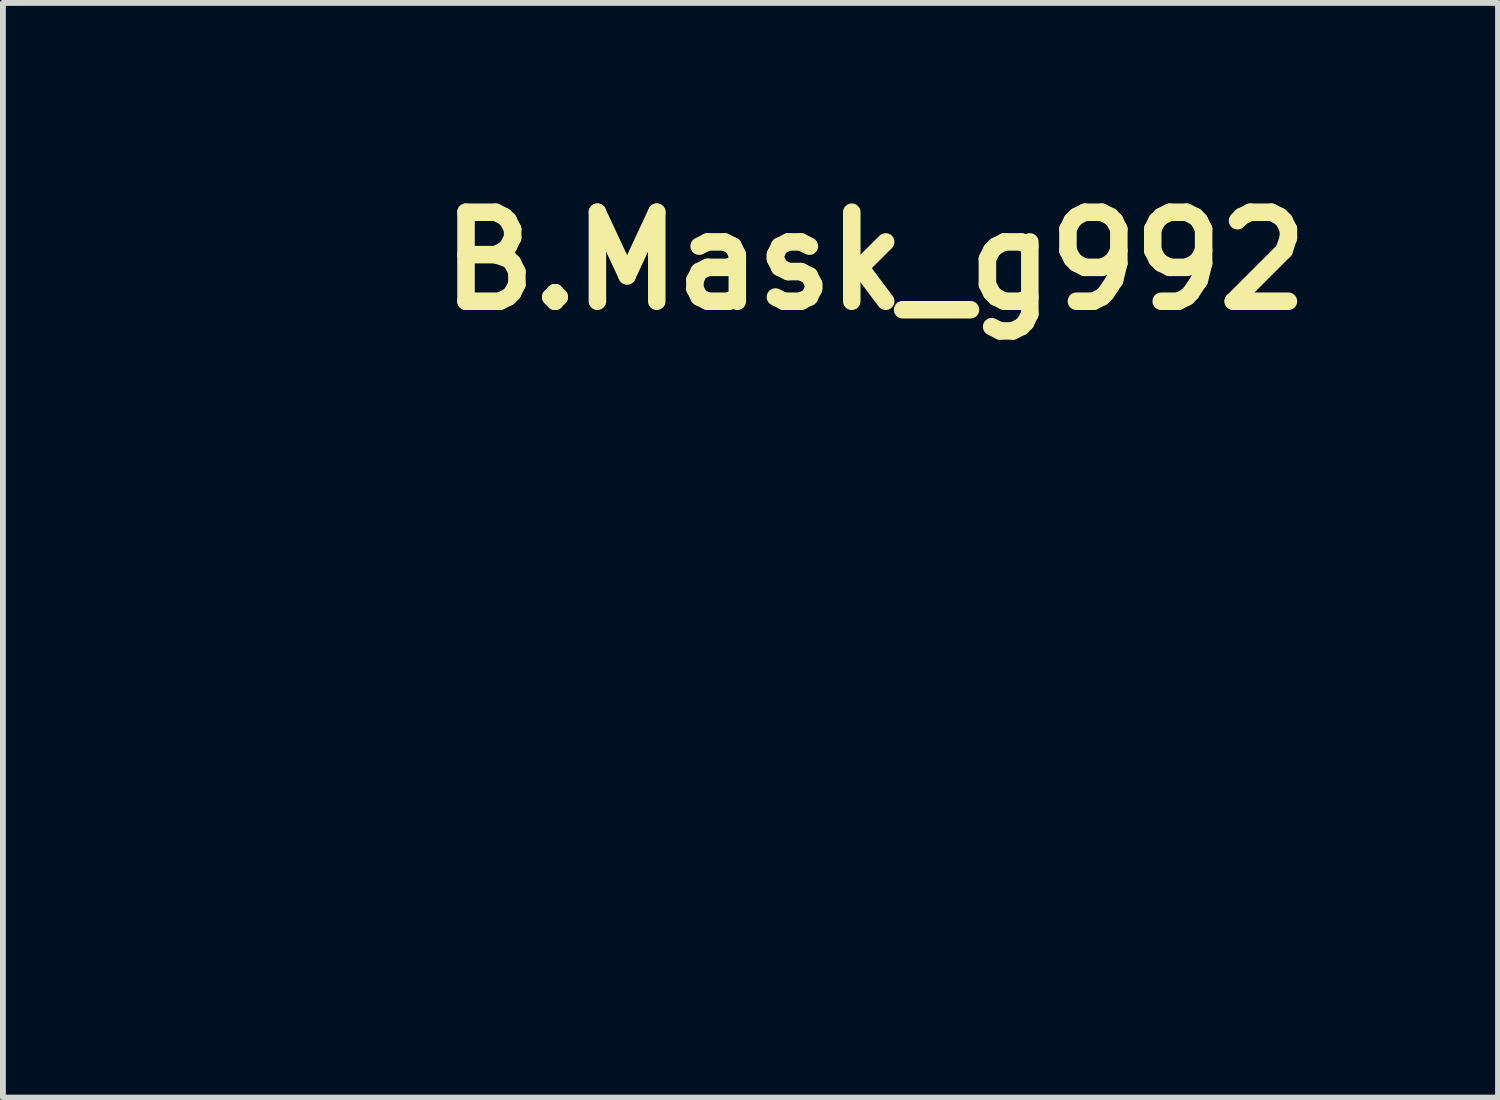
<source format=kicad_pcb>
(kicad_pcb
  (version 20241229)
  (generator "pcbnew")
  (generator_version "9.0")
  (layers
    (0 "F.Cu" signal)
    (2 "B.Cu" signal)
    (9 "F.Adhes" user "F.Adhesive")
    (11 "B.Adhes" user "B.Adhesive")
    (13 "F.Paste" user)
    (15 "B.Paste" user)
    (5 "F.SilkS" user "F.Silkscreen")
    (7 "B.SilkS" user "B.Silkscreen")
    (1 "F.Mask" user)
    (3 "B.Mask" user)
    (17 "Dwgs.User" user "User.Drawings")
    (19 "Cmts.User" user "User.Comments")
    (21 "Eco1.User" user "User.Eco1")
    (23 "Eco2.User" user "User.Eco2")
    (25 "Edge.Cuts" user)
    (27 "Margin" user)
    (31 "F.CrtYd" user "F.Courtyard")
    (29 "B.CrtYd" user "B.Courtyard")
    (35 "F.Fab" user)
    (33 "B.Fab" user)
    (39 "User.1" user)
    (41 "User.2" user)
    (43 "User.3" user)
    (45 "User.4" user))
  (footprint "B.Mask_g992"
    (layer "F.Cu")
    (at 11.931 1.418)
    (property "Reference" "B.Mask_g992" (at 0 0 0) (layer "F.SilkS") (effects (font (size 1.524 1.524) (thickness 0.3))))
    (attr through_hole)
    (fp_poly (pts (xy -9.523 8.409) (xy -9.508 8.451) (xy -9.509 8.493) (xy -9.532 8.508) (xy -9.554 8.509) (xy -9.6 8.501) (xy -9.62 8.488) (xy -9.625 8.452) (xy -9.62 8.423) (xy -9.594 8.388) (xy -9.557 8.385) (xy -9.523 8.409)) (stroke (width 0.01) (type solid)) (fill yes) (layer "B.Mask"))
    (fp_poly (pts (xy -9.504 8.751) (xy -9.504 8.839) (xy -9.507 8.892) (xy -9.515 8.92) (xy -9.531 8.931) (xy -9.556 8.932) (xy -9.557 8.932) (xy -9.602 8.922) (xy -9.622 8.904) (xy -9.627 8.869) (xy -9.628 8.806) (xy -9.627 8.729) (xy -9.622 8.652) (xy -9.615 8.608) (xy -9.601 8.587) (xy -9.577 8.578) (xy -9.562 8.576) (xy -9.504 8.57) (xy -9.504 8.751)) (stroke (width 0.01) (type solid)) (fill yes) (layer "B.Mask"))
    (fp_poly (pts (xy -9.261 8.432) (xy -9.236 8.46) (xy -9.229 8.498) (xy -9.218 8.544) (xy -9.197 8.565) (xy -9.172 8.593) (xy -9.165 8.625) (xy -9.178 8.668) (xy -9.197 8.686) (xy -9.221 8.718) (xy -9.229 8.782) (xy -9.237 8.848) (xy -9.259 8.896) (xy -9.262 8.899) (xy -9.306 8.923) (xy -9.36 8.931) (xy -9.409 8.923) (xy -9.432 8.902) (xy -9.433 8.856) (xy -9.403 8.829) (xy -9.386 8.826) (xy -9.363 8.808) (xy -9.356 8.754) (xy -9.361 8.702) (xy -9.383 8.68) (xy -9.403 8.675) (xy -9.443 8.653) (xy -9.451 8.625) (xy -9.434 8.588) (xy -9.403 8.576) (xy -9.364 8.557) (xy -9.356 8.521) (xy -9.341 8.468) (xy -9.306 8.435) (xy -9.262 8.431) (xy -9.261 8.432)) (stroke (width 0.01) (type solid)) (fill yes) (layer "B.Mask"))
    (fp_poly (pts (xy -10.402 8.559) (xy -10.376 8.59) (xy -10.344 8.649) (xy -10.294 8.747) (xy -10.237 8.649) (xy -10.199 8.588) (xy -10.171 8.559) (xy -10.145 8.557) (xy -10.11 8.578) (xy -10.108 8.58) (xy -10.089 8.597) (xy -10.084 8.617) (xy -10.097 8.651) (xy -10.128 8.706) (xy -10.148 8.74) (xy -10.192 8.818) (xy -10.214 8.873) (xy -10.216 8.917) (xy -10.214 8.928) (xy -10.197 9.014) (xy -10.199 9.067) (xy -10.22 9.093) (xy -10.236 9.097) (xy -10.256 9.095) (xy -10.277 9.077) (xy -10.303 9.039) (xy -10.335 8.974) (xy -10.38 8.877) (xy -10.39 8.854) (xy -10.435 8.752) (xy -10.464 8.68) (xy -10.479 8.634) (xy -10.482 8.605) (xy -10.475 8.588) (xy -10.464 8.578) (xy -10.429 8.557) (xy -10.402 8.559)) (stroke (width 0.01) (type solid)) (fill yes) (layer "B.Mask"))
    (fp_poly (pts (xy -8.849 8.414) (xy -8.779 8.416) (xy -8.737 8.421) (xy -8.715 8.431) (xy -8.706 8.446) (xy -8.703 8.461) (xy -8.703 8.491) (xy -8.721 8.505) (xy -8.767 8.509) (xy -8.793 8.509) (xy -8.89 8.509) (xy -8.89 8.721) (xy -8.89 8.817) (xy -8.893 8.878) (xy -8.899 8.913) (xy -8.911 8.928) (xy -8.93 8.932) (xy -8.939 8.932) (xy -8.984 8.927) (xy -9.003 8.918) (xy -9.009 8.892) (xy -9.014 8.834) (xy -9.017 8.754) (xy -9.017 8.707) (xy -9.017 8.509) (xy -9.114 8.509) (xy -9.173 8.507) (xy -9.2 8.497) (xy -9.205 8.474) (xy -9.204 8.461) (xy -9.199 8.441) (xy -9.187 8.427) (xy -9.159 8.419) (xy -9.11 8.415) (xy -9.03 8.414) (xy -8.954 8.414) (xy -8.849 8.414)) (stroke (width 0.01) (type solid)) (fill yes) (layer "B.Mask"))
    (fp_poly (pts (xy -9.851 8.574) (xy -9.804 8.579) (xy -9.778 8.572) (xy -9.737 8.566) (xy -9.71 8.575) (xy -9.691 8.592) (xy -9.68 8.62) (xy -9.676 8.671) (xy -9.677 8.754) (xy -9.678 8.759) (xy -9.681 8.841) (xy -9.687 8.89) (xy -9.699 8.915) (xy -9.719 8.925) (xy -9.742 8.928) (xy -9.778 8.93) (xy -9.795 8.916) (xy -9.8 8.875) (xy -9.8 8.84) (xy -9.81 8.758) (xy -9.834 8.706) (xy -9.865 8.686) (xy -9.897 8.7) (xy -9.921 8.748) (xy -9.931 8.812) (xy -9.937 8.877) (xy -9.948 8.91) (xy -9.972 8.924) (xy -9.996 8.928) (xy -10.027 8.93) (xy -10.045 8.921) (xy -10.052 8.891) (xy -10.054 8.832) (xy -10.054 8.8) (xy -10.052 8.721) (xy -10.042 8.67) (xy -10.021 8.636) (xy -10.007 8.621) (xy -9.944 8.576) (xy -9.889 8.565) (xy -9.851 8.574)) (stroke (width 0.01) (type solid)) (fill yes) (layer "B.Mask"))
    (fp_poly (pts (xy -11.074 8.409) (xy -11.019 8.422) (xy -11.001 8.433) (xy -10.984 8.467) (xy -10.968 8.526) (xy -10.955 8.595) (xy -10.949 8.66) (xy -10.95 8.706) (xy -10.955 8.718) (xy -10.983 8.726) (xy -11.036 8.731) (xy -11.056 8.731) (xy -11.113 8.735) (xy -11.139 8.748) (xy -11.144 8.774) (xy -11.139 8.8) (xy -11.116 8.811) (xy -11.066 8.809) (xy -11.02 8.801) (xy -10.976 8.81) (xy -10.951 8.843) (xy -10.954 8.884) (xy -10.966 8.901) (xy -11.019 8.93) (xy -11.091 8.944) (xy -11.163 8.941) (xy -11.19 8.933) (xy -11.247 8.889) (xy -11.277 8.822) (xy -11.28 8.747) (xy -11.253 8.675) (xy -11.23 8.646) (xy -11.182 8.61) (xy -11.137 8.594) (xy -11.135 8.594) (xy -11.1 8.581) (xy -11.091 8.563) (xy -11.11 8.54) (xy -11.167 8.527) (xy -11.181 8.526) (xy -11.243 8.516) (xy -11.272 8.496) (xy -11.278 8.48) (xy -11.272 8.438) (xy -11.257 8.422) (xy -11.211 8.408) (xy -11.144 8.404) (xy -11.074 8.409)) (stroke (width 0.01) (type solid)) (fill yes) (layer "B.Mask"))
    (fp_poly (pts (xy -8.516 8.434) (xy -8.477 8.486) (xy -8.429 8.573) (xy -8.373 8.688) (xy -8.33 8.781) (xy -8.304 8.844) (xy -8.292 8.883) (xy -8.294 8.907) (xy -8.306 8.922) (xy -8.311 8.927) (xy -8.351 8.95) (xy -8.38 8.942) (xy -8.408 8.9) (xy -8.414 8.89) (xy -8.439 8.851) (xy -8.471 8.832) (xy -8.524 8.827) (xy -8.547 8.827) (xy -8.61 8.83) (xy -8.648 8.845) (xy -8.676 8.878) (xy -8.683 8.89) (xy -8.718 8.94) (xy -8.748 8.95) (xy -8.782 8.925) (xy -8.784 8.922) (xy -8.794 8.896) (xy -8.789 8.854) (xy -8.769 8.792) (xy -8.733 8.709) (xy -8.584 8.709) (xy -8.568 8.72) (xy -8.552 8.721) (xy -8.517 8.714) (xy -8.509 8.705) (xy -8.52 8.675) (xy -8.528 8.66) (xy -8.546 8.645) (xy -8.566 8.666) (xy -8.571 8.675) (xy -8.584 8.709) (xy -8.733 8.709) (xy -8.731 8.703) (xy -8.674 8.585) (xy -8.656 8.549) (xy -8.616 8.475) (xy -8.582 8.43) (xy -8.549 8.416) (xy -8.516 8.434)) (stroke (width 0.01) (type solid)) (fill yes) (layer "B.Mask"))
    (fp_poly (pts (xy -10.669 8.41) (xy -10.597 8.451) (xy -10.591 8.457) (xy -10.557 8.498) (xy -10.545 8.54) (xy -10.55 8.602) (xy -10.55 8.604) (xy -10.555 8.669) (xy -10.546 8.706) (xy -10.542 8.709) (xy -10.522 8.744) (xy -10.525 8.798) (xy -10.55 8.856) (xy -10.567 8.879) (xy -10.636 8.928) (xy -10.72 8.946) (xy -10.803 8.93) (xy -10.821 8.921) (xy -10.876 8.868) (xy -10.898 8.794) (xy -10.895 8.775) (xy -10.772 8.775) (xy -10.755 8.808) (xy -10.716 8.823) (xy -10.705 8.823) (xy -10.665 8.802) (xy -10.657 8.774) (xy -10.674 8.738) (xy -10.712 8.722) (xy -10.753 8.734) (xy -10.758 8.738) (xy -10.772 8.775) (xy -10.895 8.775) (xy -10.889 8.726) (xy -10.879 8.666) (xy -10.877 8.593) (xy -10.878 8.581) (xy -10.877 8.562) (xy -10.753 8.562) (xy -10.735 8.588) (xy -10.71 8.594) (xy -10.676 8.58) (xy -10.668 8.562) (xy -10.686 8.536) (xy -10.71 8.53) (xy -10.745 8.543) (xy -10.753 8.562) (xy -10.877 8.562) (xy -10.876 8.518) (xy -10.857 8.477) (xy -10.826 8.448) (xy -10.747 8.409) (xy -10.669 8.41)) (stroke (width 0.01) (type solid)) (fill yes) (layer "B.Mask"))
    (fp_poly (pts (xy -8.416 7.509) (xy -8.226 7.558) (xy -8.061 7.64) (xy -7.924 7.752) (xy -7.815 7.896) (xy -7.772 7.976) (xy -7.736 8.087) (xy -7.713 8.225) (xy -7.704 8.376) (xy -7.711 8.527) (xy -7.733 8.664) (xy -7.736 8.677) (xy -7.817 8.909) (xy -7.937 9.138) (xy -8.093 9.36) (xy -8.282 9.572) (xy -8.5 9.769) (xy -8.744 9.949) (xy -9.01 10.108) (xy -9.054 10.13) (xy -9.148 10.178) (xy -9.211 10.207) (xy -9.249 10.22) (xy -9.266 10.219) (xy -9.27 10.208) (xy -9.254 10.19) (xy -9.21 10.153) (xy -9.145 10.104) (xy -9.076 10.054) (xy -8.889 9.911) (xy -8.708 9.752) (xy -8.54 9.585) (xy -8.393 9.417) (xy -8.272 9.255) (xy -8.216 9.164) (xy -8.125 8.969) (xy -8.071 8.775) (xy -8.055 8.586) (xy -8.077 8.406) (xy -8.107 8.308) (xy -8.161 8.206) (xy -8.243 8.099) (xy -8.342 7.996) (xy -8.447 7.91) (xy -8.539 7.855) (xy -8.716 7.795) (xy -8.897 7.776) (xy -9.079 7.798) (xy -9.26 7.861) (xy -9.438 7.963) (xy -9.61 8.104) (xy -9.639 8.132) (xy -9.707 8.197) (xy -9.763 8.249) (xy -9.803 8.28) (xy -9.817 8.287) (xy -9.814 8.263) (xy -9.787 8.214) (xy -9.742 8.148) (xy -9.684 8.072) (xy -9.619 7.993) (xy -9.552 7.917) (xy -9.487 7.851) (xy -9.477 7.842) (xy -9.292 7.696) (xy -9.093 7.589) (xy -8.882 7.521) (xy -8.664 7.494) (xy -8.632 7.493) (xy -8.416 7.509)) (stroke (width 0.01) (type solid)) (fill yes) (layer "B.Mask"))
    (fp_poly (pts (xy -10.911 7.573) (xy -10.75 7.604) (xy -10.684 7.625) (xy -10.466 7.726) (xy -10.275 7.858) (xy -10.187 7.938) (xy -10.123 8.007) (xy -10.053 8.093) (xy -9.983 8.186) (xy -9.922 8.277) (xy -9.876 8.355) (xy -9.852 8.406) (xy -9.845 8.449) (xy -9.859 8.457) (xy -9.893 8.432) (xy -9.921 8.401) (xy -10.096 8.21) (xy -10.274 8.061) (xy -10.457 7.951) (xy -10.593 7.895) (xy -10.754 7.858) (xy -10.92 7.849) (xy -11.076 7.868) (xy -11.131 7.884) (xy -11.256 7.946) (xy -11.363 8.04) (xy -11.447 8.156) (xy -11.506 8.289) (xy -11.536 8.429) (xy -11.535 8.57) (xy -11.497 8.702) (xy -11.492 8.715) (xy -11.433 8.811) (xy -11.349 8.911) (xy -11.235 9.017) (xy -11.091 9.129) (xy -10.914 9.25) (xy -10.702 9.381) (xy -10.454 9.523) (xy -10.255 9.631) (xy -9.992 9.776) (xy -9.766 9.908) (xy -9.574 10.03) (xy -9.413 10.145) (xy -9.281 10.254) (xy -9.174 10.361) (xy -9.09 10.466) (xy -9.026 10.572) (xy -9.021 10.581) (xy -8.97 10.722) (xy -8.955 10.86) (xy -8.975 10.989) (xy -9.028 11.104) (xy -9.112 11.198) (xy -9.225 11.266) (xy -9.229 11.267) (xy -9.297 11.291) (xy -9.366 11.308) (xy -9.423 11.316) (xy -9.457 11.314) (xy -9.461 11.308) (xy -9.443 11.292) (xy -9.397 11.268) (xy -9.356 11.252) (xy -9.236 11.191) (xy -9.151 11.109) (xy -9.102 11.008) (xy -9.089 10.892) (xy -9.112 10.763) (xy -9.172 10.625) (xy -9.241 10.517) (xy -9.293 10.453) (xy -9.354 10.392) (xy -9.428 10.331) (xy -9.519 10.269) (xy -9.63 10.202) (xy -9.766 10.129) (xy -9.929 10.048) (xy -10.124 9.955) (xy -10.355 9.85) (xy -10.372 9.842) (xy -10.654 9.713) (xy -10.899 9.596) (xy -11.11 9.488) (xy -11.289 9.389) (xy -11.44 9.295) (xy -11.565 9.206) (xy -11.668 9.119) (xy -11.75 9.032) (xy -11.816 8.944) (xy -11.867 8.855) (xy -11.893 8.799) (xy -11.91 8.75) (xy -11.92 8.697) (xy -11.925 8.629) (xy -11.926 8.536) (xy -11.926 8.477) (xy -11.925 8.361) (xy -11.92 8.275) (xy -11.911 8.209) (xy -11.895 8.152) (xy -11.877 8.107) (xy -11.786 7.939) (xy -11.665 7.799) (xy -11.512 7.688) (xy -11.382 7.624) (xy -11.241 7.583) (xy -11.079 7.567) (xy -10.911 7.573)) (stroke (width 0.01) (type solid)) (fill yes) (layer "B.Mask")))
  (gr_rect
    (start -3 -3)
    (end 22.595 15.74)
    (stroke (width 0.1) (type default))
    (fill no)
    (layer "Edge.Cuts")))
</source>
